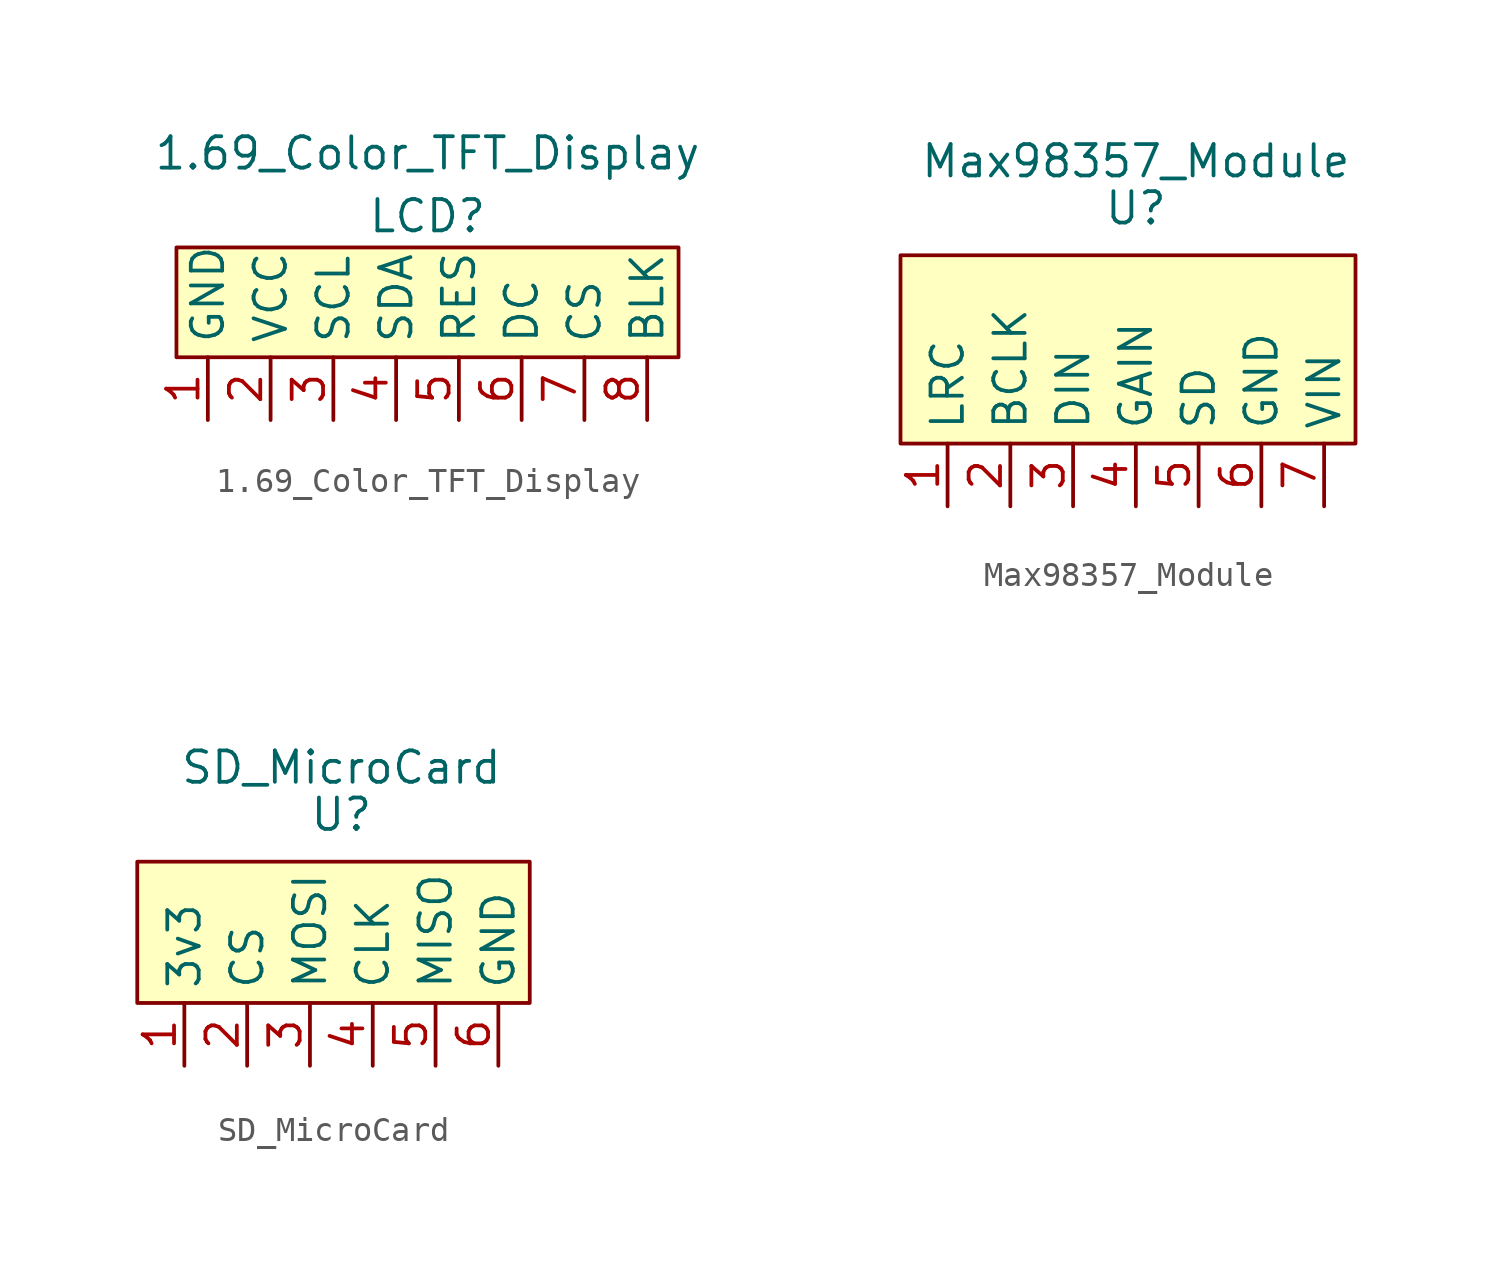
<source format=kicad_sym>
(kicad_symbol_lib
  (version 20211014)
  (generator kicad_symbol_editor)
  (symbol "1.69_Color_TFT_Display"
    (property "Reference" "LCD"
      (at 0 3.81 0)
      (effects (font (size 1.27 1.27))))
    (property "Value" "1.69_Color_TFT_Display"
      (at 0 6.35 0)
      (effects (font (size 1.27 1.27))))
    (symbol "1.69_Color_TFT_Display_0_1"
      (rectangle (start -10.16 2.54) (end 10.16 -1.905) (stroke (width 0) (type default) (color 0 0 0 0)) (fill (type background))))
    (symbol "1.69_Color_TFT_Display_1_1"
      (pin input line (at -8.89 -4.445 90) (length 2.54) (name "GND" (effects (font (size 1.27 1.27)))) (number "1" (effects (font (size 1.27 1.27)))))
      (pin input line (at -6.35 -4.445 90) (length 2.54) (name "VCC" (effects (font (size 1.27 1.27)))) (number "2" (effects (font (size 1.27 1.27)))))
      (pin input line (at -3.81 -4.445 90) (length 2.54) (name "SCL" (effects (font (size 1.27 1.27)))) (number "3" (effects (font (size 1.27 1.27)))))
      (pin input line (at -1.27 -4.445 90) (length 2.54) (name "SDA" (effects (font (size 1.27 1.27)))) (number "4" (effects (font (size 1.27 1.27)))))
      (pin input line (at 1.27 -4.445 90) (length 2.54) (name "RES" (effects (font (size 1.27 1.27)))) (number "5" (effects (font (size 1.27 1.27)))))
      (pin input line (at 3.81 -4.445 90) (length 2.54) (name "DC" (effects (font (size 1.27 1.27)))) (number "6" (effects (font (size 1.27 1.27)))))
      (pin input line (at 6.35 -4.445 90) (length 2.54) (name "CS" (effects (font (size 1.27 1.27)))) (number "7" (effects (font (size 1.27 1.27)))))
      (pin input line (at 8.89 -4.445 90) (length 2.54) (name "BLK" (effects (font (size 1.27 1.27)))) (number "8" (effects (font (size 1.27 1.27)))))))
  (symbol "Max98357_Module"
    (property "Reference" "U"
      (at 0 5.715 0)
      (effects (font (size 1.27 1.27))))
    (property "Value" "Max98357_Module"
      (at 0 7.62 0)
      (effects (font (size 1.27 1.27))))
    (symbol "Max98357_Module_0_0"
      (pin power_out line (at -7.62 -6.35 90) (length 2.54) (name "LRC" (effects (font (size 1.27 1.27)))) (number "1" (effects (font (size 1.27 1.27)))))
      (pin power_out line (at -5.08 -6.35 90) (length 2.54) (name "BCLK" (effects (font (size 1.27 1.27)))) (number "2" (effects (font (size 1.27 1.27)))))
      (pin power_in line (at -2.54 -6.35 90) (length 2.54) (name "DIN" (effects (font (size 1.27 1.27)))) (number "3" (effects (font (size 1.27 1.27)))))
      (pin power_in line (at 0 -6.35 90) (length 2.54) (name "GAIN" (effects (font (size 1.27 1.27)))) (number "4" (effects (font (size 1.27 1.27)))))
      (pin power_in line (at 2.54 -6.35 90) (length 2.54) (name "SD" (effects (font (size 1.27 1.27)))) (number "5" (effects (font (size 1.27 1.27)))))
      (pin power_in line (at 5.08 -6.35 90) (length 2.54) (name "GND" (effects (font (size 1.27 1.27)))) (number "6" (effects (font (size 1.27 1.27)))))
      (pin power_in line (at 7.62 -6.35 90) (length 2.54) (name "VIN" (effects (font (size 1.27 1.27)))) (number "7" (effects (font (size 1.27 1.27))))))
    (symbol "Max98357_Module_0_1"
      (rectangle (start -9.525 3.81) (end 8.89 -3.81) (stroke (width 0) (type default) (color 0 0 0 0)) (fill (type background)))))
  (symbol "SD_MicroCard"
    (property "Reference" "U"
      (at 0 4.445 0)
      (effects (font (size 1.27 1.27))))
    (property "Value" "SD_MicroCard"
      (at 0 6.35 0)
      (effects (font (size 1.27 1.27))))
    (symbol "SD_MicroCard_0_0"
      (pin input line (at -1.27 -5.715 90) (length 2.54) (name "MOSI" (effects (font (size 1.27 1.27)))) (number "3" (effects (font (size 1.27 1.27)))))
      (pin input line (at 1.27 -5.715 90) (length 2.54) (name "CLK" (effects (font (size 1.27 1.27)))) (number "4" (effects (font (size 1.27 1.27)))))
      (pin input line (at 3.81 -5.715 90) (length 2.54) (name "MISO" (effects (font (size 1.27 1.27)))) (number "5" (effects (font (size 1.27 1.27)))))
      (pin input line (at 6.35 -5.715 90) (length 2.54) (name "GND" (effects (font (size 1.27 1.27)))) (number "6" (effects (font (size 1.27 1.27))))))
    (symbol "SD_MicroCard_0_1"
      (rectangle (start -8.255 2.54) (end 7.62 -3.175) (stroke (width 0) (type default) (color 0 0 0 0)) (fill (type background))))
    (symbol "SD_MicroCard_1_1"
      (pin input line (at -6.35 -5.715 90) (length 2.54) (name "3v3" (effects (font (size 1.27 1.27)))) (number "1" (effects (font (size 1.27 1.27)))))
      (pin input line (at -3.81 -5.715 90) (length 2.54) (name "CS" (effects (font (size 1.27 1.27)))) (number "2" (effects (font (size 1.27 1.27))))))))
</source>
